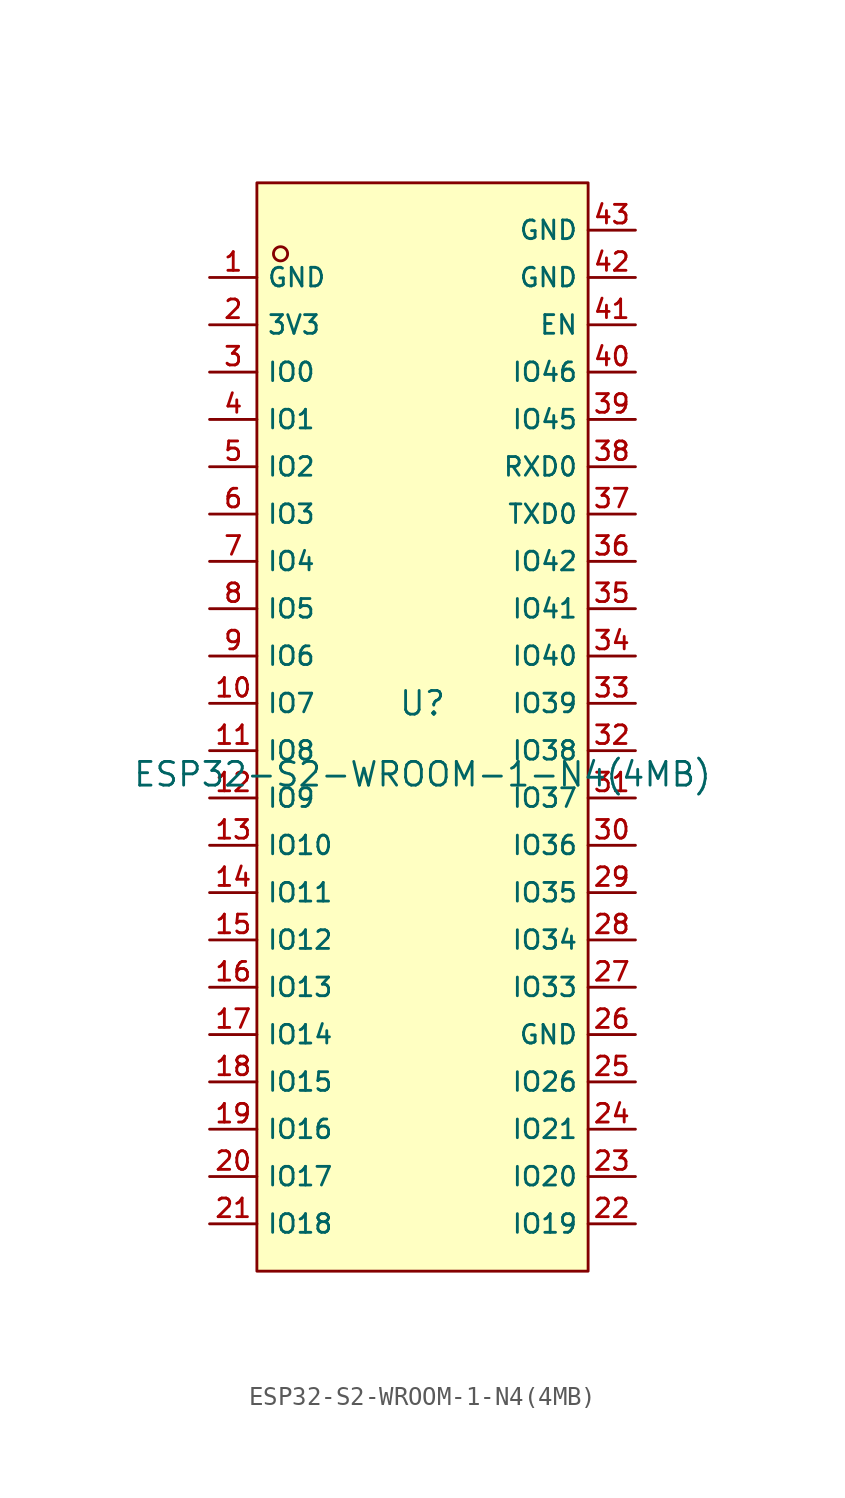
<source format=kicad_sym>
(kicad_symbol_lib
  (version 20210201)
  (generator TousstNicolas/JLC2KiCad_lib)
  (symbol "ESP32-S2-WROOM-1-N4(4MB)"
    (property "Reference" "U"
      (at 0 1.27 0)
      (effects (font (size 1.27 1.27))))
    (property "Value" "ESP32-S2-WROOM-1-N4(4MB)"
      (at 0 -2.54 0)
      (effects (font (size 1.27 1.27))))
    (symbol "ESP32-S2-WROOM-1-N4(4MB)_0_1"
      (rectangle (start -8.89 29.21) (end 8.89 -29.21) (stroke (width 0) (type default) (color 0 0 0 0)) (fill (type background)))
      (circle (center -7.62 25.4) (radius 0.381) (stroke (width 0) (type default) (color 0 0 0 0)) (fill (type background)))
      (pin unspecified line (at -11.43 24.13 0) (length 2.54) (name "GND" (effects (font (size 1 1)))) (number "1" (effects (font (size 1 1)))))
      (pin unspecified line (at -11.43 21.59 0) (length 2.54) (name "3V3" (effects (font (size 1 1)))) (number "2" (effects (font (size 1 1)))))
      (pin unspecified line (at -11.43 19.05 0) (length 2.54) (name "IO0" (effects (font (size 1 1)))) (number "3" (effects (font (size 1 1)))))
      (pin unspecified line (at -11.43 16.51 0) (length 2.54) (name "IO1" (effects (font (size 1 1)))) (number "4" (effects (font (size 1 1)))))
      (pin unspecified line (at -11.43 13.97 0) (length 2.54) (name "IO2" (effects (font (size 1 1)))) (number "5" (effects (font (size 1 1)))))
      (pin unspecified line (at -11.43 11.43 0) (length 2.54) (name "IO3" (effects (font (size 1 1)))) (number "6" (effects (font (size 1 1)))))
      (pin unspecified line (at -11.43 8.89 0) (length 2.54) (name "IO4" (effects (font (size 1 1)))) (number "7" (effects (font (size 1 1)))))
      (pin unspecified line (at -11.43 6.35 0) (length 2.54) (name "IO5" (effects (font (size 1 1)))) (number "8" (effects (font (size 1 1)))))
      (pin unspecified line (at -11.43 3.81 0) (length 2.54) (name "IO6" (effects (font (size 1 1)))) (number "9" (effects (font (size 1 1)))))
      (pin unspecified line (at -11.43 1.27 0) (length 2.54) (name "IO7" (effects (font (size 1 1)))) (number "10" (effects (font (size 1 1)))))
      (pin unspecified line (at -11.43 -1.27 0) (length 2.54) (name "IO8" (effects (font (size 1 1)))) (number "11" (effects (font (size 1 1)))))
      (pin unspecified line (at -11.43 -3.81 0) (length 2.54) (name "IO9" (effects (font (size 1 1)))) (number "12" (effects (font (size 1 1)))))
      (pin unspecified line (at -11.43 -6.35 0) (length 2.54) (name "IO10" (effects (font (size 1 1)))) (number "13" (effects (font (size 1 1)))))
      (pin unspecified line (at -11.43 -8.89 0) (length 2.54) (name "IO11" (effects (font (size 1 1)))) (number "14" (effects (font (size 1 1)))))
      (pin unspecified line (at -11.43 -11.43 0) (length 2.54) (name "IO12" (effects (font (size 1 1)))) (number "15" (effects (font (size 1 1)))))
      (pin unspecified line (at -11.43 -13.97 0) (length 2.54) (name "IO13" (effects (font (size 1 1)))) (number "16" (effects (font (size 1 1)))))
      (pin unspecified line (at -11.43 -16.51 0) (length 2.54) (name "IO14" (effects (font (size 1 1)))) (number "17" (effects (font (size 1 1)))))
      (pin unspecified line (at -11.43 -19.05 0) (length 2.54) (name "IO15" (effects (font (size 1 1)))) (number "18" (effects (font (size 1 1)))))
      (pin unspecified line (at -11.43 -21.59 0) (length 2.54) (name "IO16" (effects (font (size 1 1)))) (number "19" (effects (font (size 1 1)))))
      (pin unspecified line (at -11.43 -24.13 0) (length 2.54) (name "IO17" (effects (font (size 1 1)))) (number "20" (effects (font (size 1 1)))))
      (pin unspecified line (at -11.43 -26.67 0) (length 2.54) (name "IO18" (effects (font (size 1 1)))) (number "21" (effects (font (size 1 1)))))
      (pin unspecified line (at 11.43 -26.67 180) (length 2.54) (name "IO19" (effects (font (size 1 1)))) (number "22" (effects (font (size 1 1)))))
      (pin unspecified line (at 11.43 -24.13 180) (length 2.54) (name "IO20" (effects (font (size 1 1)))) (number "23" (effects (font (size 1 1)))))
      (pin unspecified line (at 11.43 -21.59 180) (length 2.54) (name "IO21" (effects (font (size 1 1)))) (number "24" (effects (font (size 1 1)))))
      (pin unspecified line (at 11.43 -19.05 180) (length 2.54) (name "IO26" (effects (font (size 1 1)))) (number "25" (effects (font (size 1 1)))))
      (pin unspecified line (at 11.43 -16.51 180) (length 2.54) (name "GND" (effects (font (size 1 1)))) (number "26" (effects (font (size 1 1)))))
      (pin unspecified line (at 11.43 -13.97 180) (length 2.54) (name "IO33" (effects (font (size 1 1)))) (number "27" (effects (font (size 1 1)))))
      (pin unspecified line (at 11.43 -11.43 180) (length 2.54) (name "IO34" (effects (font (size 1 1)))) (number "28" (effects (font (size 1 1)))))
      (pin unspecified line (at 11.43 -8.89 180) (length 2.54) (name "IO35" (effects (font (size 1 1)))) (number "29" (effects (font (size 1 1)))))
      (pin unspecified line (at 11.43 -6.35 180) (length 2.54) (name "IO36" (effects (font (size 1 1)))) (number "30" (effects (font (size 1 1)))))
      (pin unspecified line (at 11.43 -3.81 180) (length 2.54) (name "IO37" (effects (font (size 1 1)))) (number "31" (effects (font (size 1 1)))))
      (pin unspecified line (at 11.43 -1.27 180) (length 2.54) (name "IO38" (effects (font (size 1 1)))) (number "32" (effects (font (size 1 1)))))
      (pin unspecified line (at 11.43 1.27 180) (length 2.54) (name "IO39" (effects (font (size 1 1)))) (number "33" (effects (font (size 1 1)))))
      (pin unspecified line (at 11.43 3.81 180) (length 2.54) (name "IO40" (effects (font (size 1 1)))) (number "34" (effects (font (size 1 1)))))
      (pin unspecified line (at 11.43 6.35 180) (length 2.54) (name "IO41" (effects (font (size 1 1)))) (number "35" (effects (font (size 1 1)))))
      (pin unspecified line (at 11.43 8.89 180) (length 2.54) (name "IO42" (effects (font (size 1 1)))) (number "36" (effects (font (size 1 1)))))
      (pin unspecified line (at 11.43 11.43 180) (length 2.54) (name "TXD0" (effects (font (size 1 1)))) (number "37" (effects (font (size 1 1)))))
      (pin unspecified line (at 11.43 13.97 180) (length 2.54) (name "RXD0" (effects (font (size 1 1)))) (number "38" (effects (font (size 1 1)))))
      (pin unspecified line (at 11.43 16.51 180) (length 2.54) (name "IO45" (effects (font (size 1 1)))) (number "39" (effects (font (size 1 1)))))
      (pin unspecified line (at 11.43 19.05 180) (length 2.54) (name "IO46" (effects (font (size 1 1)))) (number "40" (effects (font (size 1 1)))))
      (pin unspecified line (at 11.43 21.59 180) (length 2.54) (name "EN" (effects (font (size 1 1)))) (number "41" (effects (font (size 1 1)))))
      (pin unspecified line (at 11.43 24.13 180) (length 2.54) (name "GND" (effects (font (size 1 1)))) (number "42" (effects (font (size 1 1)))))
      (pin unspecified line (at 11.43 26.67 180) (length 2.54) (name "GND" (effects (font (size 1 1)))) (number "43" (effects (font (size 1 1))))))))
</source>
